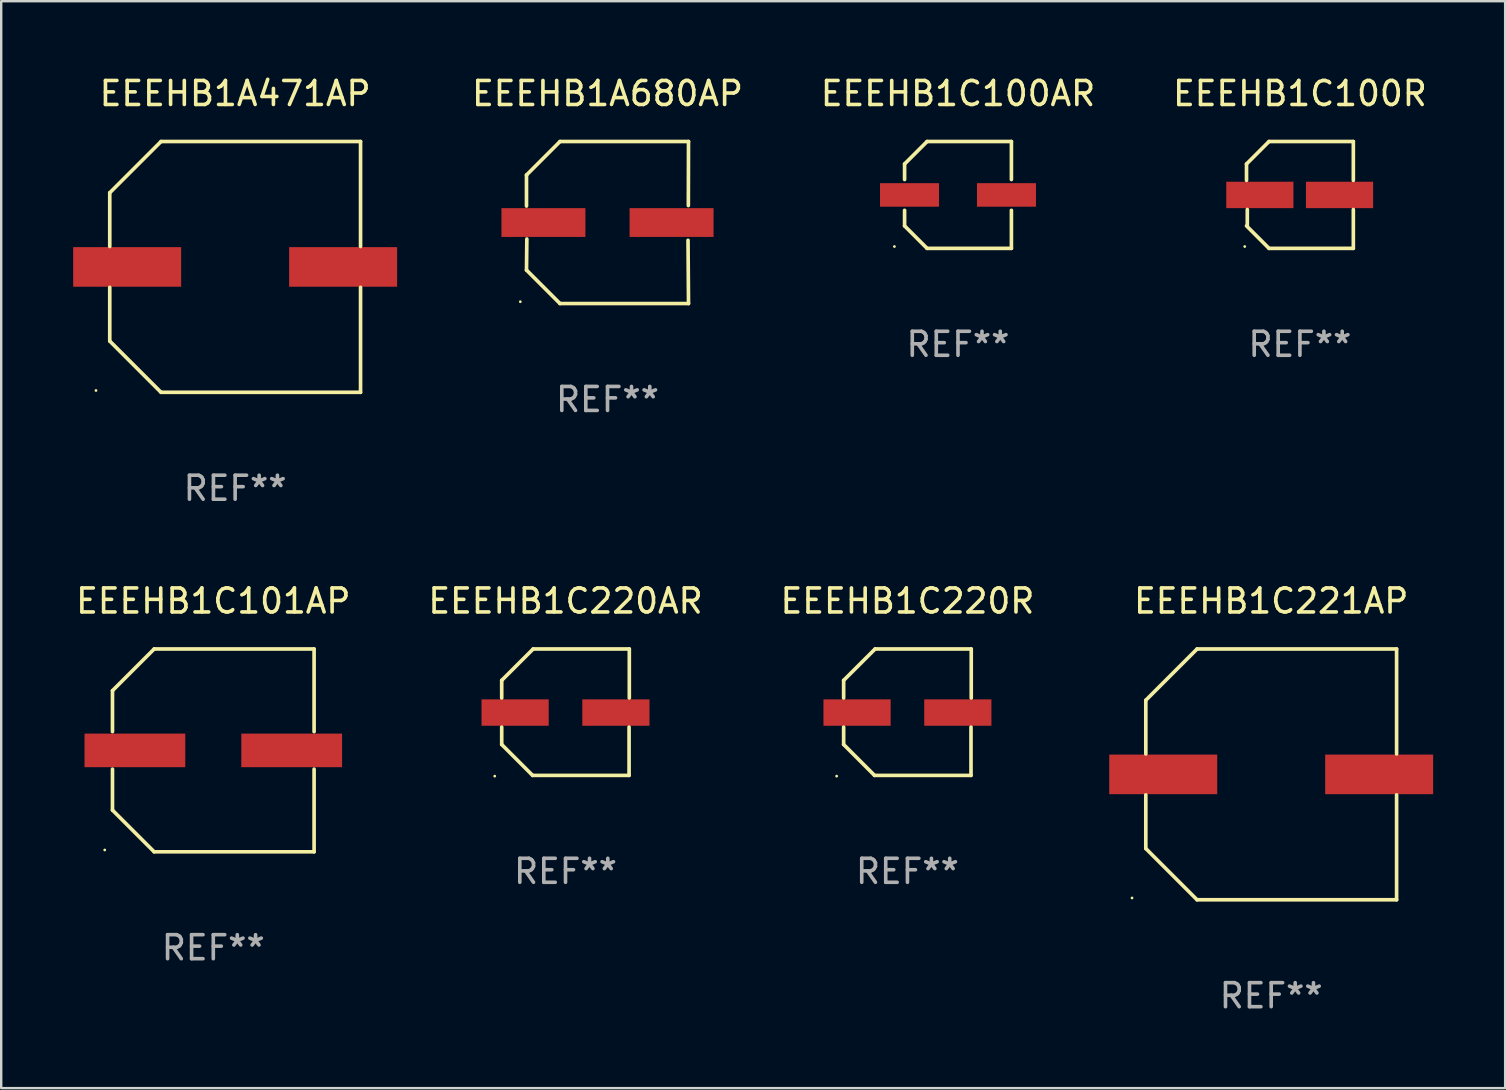
<source format=kicad_pcb>
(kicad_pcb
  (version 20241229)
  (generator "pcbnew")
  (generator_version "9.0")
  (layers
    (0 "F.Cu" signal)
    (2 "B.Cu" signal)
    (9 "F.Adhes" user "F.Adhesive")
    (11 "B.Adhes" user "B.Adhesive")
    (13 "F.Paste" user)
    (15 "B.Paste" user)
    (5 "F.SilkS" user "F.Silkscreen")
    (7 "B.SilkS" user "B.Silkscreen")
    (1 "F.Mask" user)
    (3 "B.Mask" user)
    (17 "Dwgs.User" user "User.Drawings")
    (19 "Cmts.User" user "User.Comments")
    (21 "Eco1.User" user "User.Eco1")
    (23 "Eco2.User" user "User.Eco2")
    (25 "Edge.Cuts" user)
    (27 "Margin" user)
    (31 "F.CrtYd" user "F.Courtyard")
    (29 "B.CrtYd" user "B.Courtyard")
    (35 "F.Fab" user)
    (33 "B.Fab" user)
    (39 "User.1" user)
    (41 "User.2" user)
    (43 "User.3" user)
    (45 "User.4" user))
  (footprint "EEEHB1C100AR"
    (layer "F.Cu")
    (at 36.875 5.074)
    (property "Reference" "EEEHB1C100AR" (at 0 -4.226 0) (layer "F.SilkS") (effects (font (size 1 1) (thickness 0.15))))
    (attr through_hole)
    (fp_line (start -2.226 -1.29) (end -1.29 -2.226) (stroke (width 0.152) (type solid)) (layer "F.SilkS"))
    (fp_line (start -2.226 -0.642) (end -2.226 -1.29) (stroke (width 0.152) (type solid)) (layer "F.SilkS"))
    (fp_line (start -2.226 0.642) (end -2.226 1.29) (stroke (width 0.152) (type solid)) (layer "F.SilkS"))
    (fp_line (start -2.226 1.29) (end -1.29 2.226) (stroke (width 0.152) (type solid)) (layer "F.SilkS"))
    (fp_line (start -1.29 -2.226) (end 2.226 -2.226) (stroke (width 0.152) (type solid)) (layer "F.SilkS"))
    (fp_line (start -1.29 2.226) (end 2.226 2.226) (stroke (width 0.152) (type solid)) (layer "F.SilkS"))
    (fp_line (start 2.226 -2.226) (end 2.226 -0.642) (stroke (width 0.152) (type solid)) (layer "F.SilkS"))
    (fp_line (start 2.226 2.226) (end 2.226 0.642) (stroke (width 0.152) (type solid)) (layer "F.SilkS"))
    (fp_circle (center -2.65 2.15) (end -2.62 2.15) (stroke (width 0.06) (type solid)) (fill no) (layer "F.SilkS"))
    (fp_text user "REF**" (at 0 6.226 0) (layer "F.Fab") (effects (font (size 1 1) (thickness 0.15))))
    (pad "1" smd rect (at -2.02 -0.000013) (size 2.46 0.98) (layers "F.Cu" "F.Mask" "F.Paste"))
    (pad "2" smd rect (at 2.02 -0.000013) (size 2.46 0.98) (layers "F.Cu" "F.Mask" "F.Paste")))
  (footprint "EEEHB1C100R"
    (layer "F.Cu")
    (at 51.125 5.074)
    (property "Reference" "EEEHB1C100R" (at 0 -4.226 0) (layer "F.SilkS") (effects (font (size 1 1) (thickness 0.15))))
    (attr through_hole)
    (fp_line (start -2.226 -1.29) (end -2.226 -0.607) (stroke (width 0.152) (type solid)) (layer "F.SilkS"))
    (fp_line (start -2.193 1.29) (end -2.193 0.607) (stroke (width 0.152) (type solid)) (layer "F.SilkS"))
    (fp_line (start -1.29 2.226) (end -2.226 1.29) (stroke (width 0.152) (type solid)) (layer "F.SilkS"))
    (fp_line (start -1.29 -2.226) (end -2.226 -1.29) (stroke (width 0.152) (type solid)) (layer "F.SilkS"))
    (fp_line (start 2.226 -2.226) (end -1.29 -2.226) (stroke (width 0.152) (type solid)) (layer "F.SilkS"))
    (fp_line (start 2.226 -0.607) (end 2.226 -2.226) (stroke (width 0.152) (type solid)) (layer "F.SilkS"))
    (fp_line (start 2.226 0.607) (end 2.226 2.226) (stroke (width 0.152) (type solid)) (layer "F.SilkS"))
    (fp_line (start 2.226 2.226) (end -1.29 2.226) (stroke (width 0.152) (type solid)) (layer "F.SilkS"))
    (fp_circle (center -2.3 2.15) (end -2.27 2.15) (stroke (width 0.06) (type solid)) (fill no) (layer "F.SilkS"))
    (fp_text user "REF**" (at 0 6.226 0) (layer "F.Fab") (effects (font (size 1 1) (thickness 0.15))))
    (pad "1" smd rect (at -1.67 -0.000025) (size 2.8 1.1) (layers "F.Cu" "F.Mask" "F.Paste"))
    (pad "2" smd rect (at 1.651 -0.000025) (size 2.8 1.1) (layers "F.Cu" "F.Mask" "F.Paste")))
  (footprint "EEEHB1A471AP"
    (layer "F.Cu")
    (at 6.75 8.074)
    (property "Reference" "EEEHB1A471AP" (at 0 -7.226 0) (layer "F.SilkS") (effects (font (size 1 1) (thickness 0.15))))
    (attr through_hole)
    (fp_line (start -5.226 -3.09) (end -5.226 -0.852) (stroke (width 0.152) (type solid)) (layer "F.SilkS"))
    (fp_line (start -5.226 3.09) (end -5.226 0.852) (stroke (width 0.152) (type solid)) (layer "F.SilkS"))
    (fp_line (start -3.09 -5.226) (end -5.226 -3.09) (stroke (width 0.152) (type solid)) (layer "F.SilkS"))
    (fp_line (start -3.09 5.226) (end -5.226 3.09) (stroke (width 0.152) (type solid)) (layer "F.SilkS"))
    (fp_line (start 5.226 -5.226) (end -3.09 -5.226) (stroke (width 0.152) (type solid)) (layer "F.SilkS"))
    (fp_line (start 5.226 -0.852) (end 5.226 -5.226) (stroke (width 0.152) (type solid)) (layer "F.SilkS"))
    (fp_line (start 5.226 0.852) (end 5.226 5.226) (stroke (width 0.152) (type solid)) (layer "F.SilkS"))
    (fp_line (start 5.226 5.226) (end -3.09 5.226) (stroke (width 0.152) (type solid)) (layer "F.SilkS"))
    (fp_circle (center -5.8 5.15) (end -5.77 5.15) (stroke (width 0.06) (type solid)) (fill no) (layer "F.SilkS"))
    (fp_text user "REF**" (at 0 9.226 0) (layer "F.Fab") (effects (font (size 1 1) (thickness 0.15))))
    (pad "1" smd rect (at -4.5 0) (size 4.5 1.65) (layers "F.Cu" "F.Mask" "F.Paste"))
    (pad "2" smd rect (at 4.5 0) (size 4.5 1.65) (layers "F.Cu" "F.Mask" "F.Paste")))
  (footprint "EEEHB1C101AP"
    (layer "F.Cu")
    (at 5.839 28.223)
    (property "Reference" "EEEHB1C101AP" (at 0 -6.226 0) (layer "F.SilkS") (effects (font (size 1 1) (thickness 0.15))))
    (attr through_hole)
    (fp_line (start -4.201 -2.49) (end -4.201 -0.782) (stroke (width 0.152) (type solid)) (layer "F.SilkS"))
    (fp_line (start -4.201 2.49) (end -4.201 0.782) (stroke (width 0.152) (type solid)) (layer "F.SilkS"))
    (fp_line (start -2.465 -4.226) (end -4.201 -2.49) (stroke (width 0.152) (type solid)) (layer "F.SilkS"))
    (fp_line (start -2.465 4.226) (end -4.201 2.49) (stroke (width 0.152) (type solid)) (layer "F.SilkS"))
    (fp_line (start 4.201 -4.226) (end -2.465 -4.226) (stroke (width 0.152) (type solid)) (layer "F.SilkS"))
    (fp_line (start 4.201 -0.782) (end 4.201 -4.226) (stroke (width 0.152) (type solid)) (layer "F.SilkS"))
    (fp_line (start 4.201 0.782) (end 4.201 4.226) (stroke (width 0.152) (type solid)) (layer "F.SilkS"))
    (fp_line (start 4.201 4.226) (end -2.465 4.226) (stroke (width 0.152) (type solid)) (layer "F.SilkS"))
    (fp_circle (center -4.524 4.15) (end -4.494 4.15) (stroke (width 0.06) (type solid)) (fill no) (layer "F.SilkS"))
    (fp_text user "REF**" (at 0 8.226 0) (layer "F.Fab") (effects (font (size 1 1) (thickness 0.15))))
    (pad "1" smd rect (at -3.267 0) (size 4.2 1.4) (layers "F.Cu" "F.Mask" "F.Paste"))
    (pad "2" smd rect (at 3.267 0) (size 4.2 1.4) (layers "F.Cu" "F.Mask" "F.Paste")))
  (footprint "EEEHB1C220R"
    (layer "F.Cu")
    (at 34.768 26.631)
    (property "Reference" "EEEHB1C220R" (at 0 -4.634 0) (layer "F.SilkS") (effects (font (size 1 1) (thickness 0.15))))
    (attr through_hole)
    (fp_line (start -2.659 -1.326) (end -2.659 -0.592) (stroke (width 0.152) (type solid)) (layer "F.SilkS"))
    (fp_line (start -2.659 1.346) (end -2.659 0.622) (stroke (width 0.152) (type solid)) (layer "F.SilkS"))
    (fp_line (start -1.372 2.634) (end -2.659 1.346) (stroke (width 0.152) (type solid)) (layer "F.SilkS"))
    (fp_line (start -1.349 -2.634) (end -2.659 -1.326) (stroke (width 0.152) (type solid)) (layer "F.SilkS"))
    (fp_line (start 2.649 0.622) (end 2.649 2.634) (stroke (width 0.152) (type solid)) (layer "F.SilkS"))
    (fp_line (start 2.649 2.634) (end -1.372 2.634) (stroke (width 0.152) (type solid)) (layer "F.SilkS"))
    (fp_line (start 2.659 -2.634) (end -1.349 -2.634) (stroke (width 0.152) (type solid)) (layer "F.SilkS"))
    (fp_line (start 2.659 -0.592) (end 2.659 -2.634) (stroke (width 0.152) (type solid)) (layer "F.SilkS"))
    (fp_circle (center -2.95 2.665) (end -2.92 2.665) (stroke (width 0.06) (type solid)) (fill no) (layer "F.SilkS"))
    (fp_text user "REF**" (at 0 6.634 0) (layer "F.Fab") (effects (font (size 1 1) (thickness 0.15))))
    (pad "1" smd rect (at -2.1 0.015) (size 2.8 1.1) (layers "F.Cu" "F.Mask" "F.Paste"))
    (pad "2" smd rect (at 2.1 0.015) (size 2.8 1.1) (layers "F.Cu" "F.Mask" "F.Paste")))
  (footprint "EEEHB1A680AP"
    (layer "F.Cu")
    (at 22.268 6.224)
    (property "Reference" "EEEHB1A680AP" (at 0 -5.376 0) (layer "F.SilkS") (effects (font (size 1 1) (thickness 0.15))))
    (attr through_hole)
    (fp_line (start -3.376 -1.98) (end -3.376 -0.686) (stroke (width 0.152) (type solid)) (layer "F.SilkS"))
    (fp_line (start -3.376 1.981) (end -3.362 0.686) (stroke (width 0.152) (type solid)) (layer "F.SilkS"))
    (fp_line (start -1.981 3.376) (end -3.376 1.981) (stroke (width 0.152) (type solid)) (layer "F.SilkS"))
    (fp_line (start -1.98 -3.376) (end -3.376 -1.98) (stroke (width 0.152) (type solid)) (layer "F.SilkS"))
    (fp_line (start 3.356 0.74) (end 3.376 3.376) (stroke (width 0.152) (type solid)) (layer "F.SilkS"))
    (fp_line (start 3.369 -0.707) (end 3.376 -3.376) (stroke (width 0.152) (type solid)) (layer "F.SilkS"))
    (fp_line (start 3.376 3.376) (end -1.981 3.376) (stroke (width 0.152) (type solid)) (layer "F.SilkS"))
    (fp_line (start 3.376 -3.376) (end -1.98 -3.376) (stroke (width 0.152) (type solid)) (layer "F.SilkS"))
    (fp_circle (center -3.634 3.3) (end -3.604 3.3) (stroke (width 0.06) (type solid)) (fill no) (layer "F.SilkS"))
    (fp_text user "REF**" (at 0 7.376 0) (layer "F.Fab") (effects (font (size 1 1) (thickness 0.15))))
    (pad "1" smd rect (at -2.67 0.000254) (size 3.5 1.2) (layers "F.Cu" "F.Mask" "F.Paste"))
    (pad "2" smd rect (at 2.67 0.000254) (size 3.5 1.2) (layers "F.Cu" "F.Mask" "F.Paste")))
  (footprint "EEEHB1C221AP"
    (layer "F.Cu")
    (at 49.928 29.223)
    (property "Reference" "EEEHB1C221AP" (at 0 -7.226 0) (layer "F.SilkS") (effects (font (size 1 1) (thickness 0.15))))
    (attr through_hole)
    (fp_line (start -5.226 -3.09) (end -5.226 -0.852) (stroke (width 0.152) (type solid)) (layer "F.SilkS"))
    (fp_line (start -5.226 3.09) (end -5.226 0.852) (stroke (width 0.152) (type solid)) (layer "F.SilkS"))
    (fp_line (start -3.09 -5.226) (end -5.226 -3.09) (stroke (width 0.152) (type solid)) (layer "F.SilkS"))
    (fp_line (start -3.09 5.226) (end -5.226 3.09) (stroke (width 0.152) (type solid)) (layer "F.SilkS"))
    (fp_line (start 5.226 -5.226) (end -3.09 -5.226) (stroke (width 0.152) (type solid)) (layer "F.SilkS"))
    (fp_line (start 5.226 -0.852) (end 5.226 -5.226) (stroke (width 0.152) (type solid)) (layer "F.SilkS"))
    (fp_line (start 5.226 0.852) (end 5.226 5.226) (stroke (width 0.152) (type solid)) (layer "F.SilkS"))
    (fp_line (start 5.226 5.226) (end -3.09 5.226) (stroke (width 0.152) (type solid)) (layer "F.SilkS"))
    (fp_circle (center -5.8 5.15) (end -5.77 5.15) (stroke (width 0.06) (type solid)) (fill no) (layer "F.SilkS"))
    (fp_text user "REF**" (at 0 9.226 0) (layer "F.Fab") (effects (font (size 1 1) (thickness 0.15))))
    (pad "1" smd rect (at -4.5 0) (size 4.5 1.65) (layers "F.Cu" "F.Mask" "F.Paste"))
    (pad "2" smd rect (at 4.5 0) (size 4.5 1.65) (layers "F.Cu" "F.Mask" "F.Paste")))
  (footprint "EEEHB1C220AR"
    (layer "F.Cu")
    (at 20.518 26.631)
    (property "Reference" "EEEHB1C220AR" (at 0 -4.634 0) (layer "F.SilkS") (effects (font (size 1 1) (thickness 0.15))))
    (attr through_hole)
    (fp_line (start -2.659 -1.326) (end -2.659 -0.592) (stroke (width 0.152) (type solid)) (layer "F.SilkS"))
    (fp_line (start -2.659 1.346) (end -2.659 0.622) (stroke (width 0.152) (type solid)) (layer "F.SilkS"))
    (fp_line (start -1.372 2.634) (end -2.659 1.346) (stroke (width 0.152) (type solid)) (layer "F.SilkS"))
    (fp_line (start -1.349 -2.634) (end -2.659 -1.326) (stroke (width 0.152) (type solid)) (layer "F.SilkS"))
    (fp_line (start 2.649 0.622) (end 2.649 2.634) (stroke (width 0.152) (type solid)) (layer "F.SilkS"))
    (fp_line (start 2.649 2.634) (end -1.372 2.634) (stroke (width 0.152) (type solid)) (layer "F.SilkS"))
    (fp_line (start 2.659 -2.634) (end -1.349 -2.634) (stroke (width 0.152) (type solid)) (layer "F.SilkS"))
    (fp_line (start 2.659 -0.592) (end 2.659 -2.634) (stroke (width 0.152) (type solid)) (layer "F.SilkS"))
    (fp_circle (center -2.95 2.665) (end -2.92 2.665) (stroke (width 0.06) (type solid)) (fill no) (layer "F.SilkS"))
    (fp_text user "REF**" (at 0 6.634 0) (layer "F.Fab") (effects (font (size 1 1) (thickness 0.15))))
    (pad "1" smd rect (at -2.1 0.015) (size 2.8 1.1) (layers "F.Cu" "F.Mask" "F.Paste"))
    (pad "2" smd rect (at 2.1 0.015) (size 2.8 1.1) (layers "F.Cu" "F.Mask" "F.Paste")))
  (gr_rect
    (start -3 -3)
    (end 59.678 42.298)
    (stroke (width 0.1) (type default))
    (fill no)
    (layer "Edge.Cuts")))
</source>
